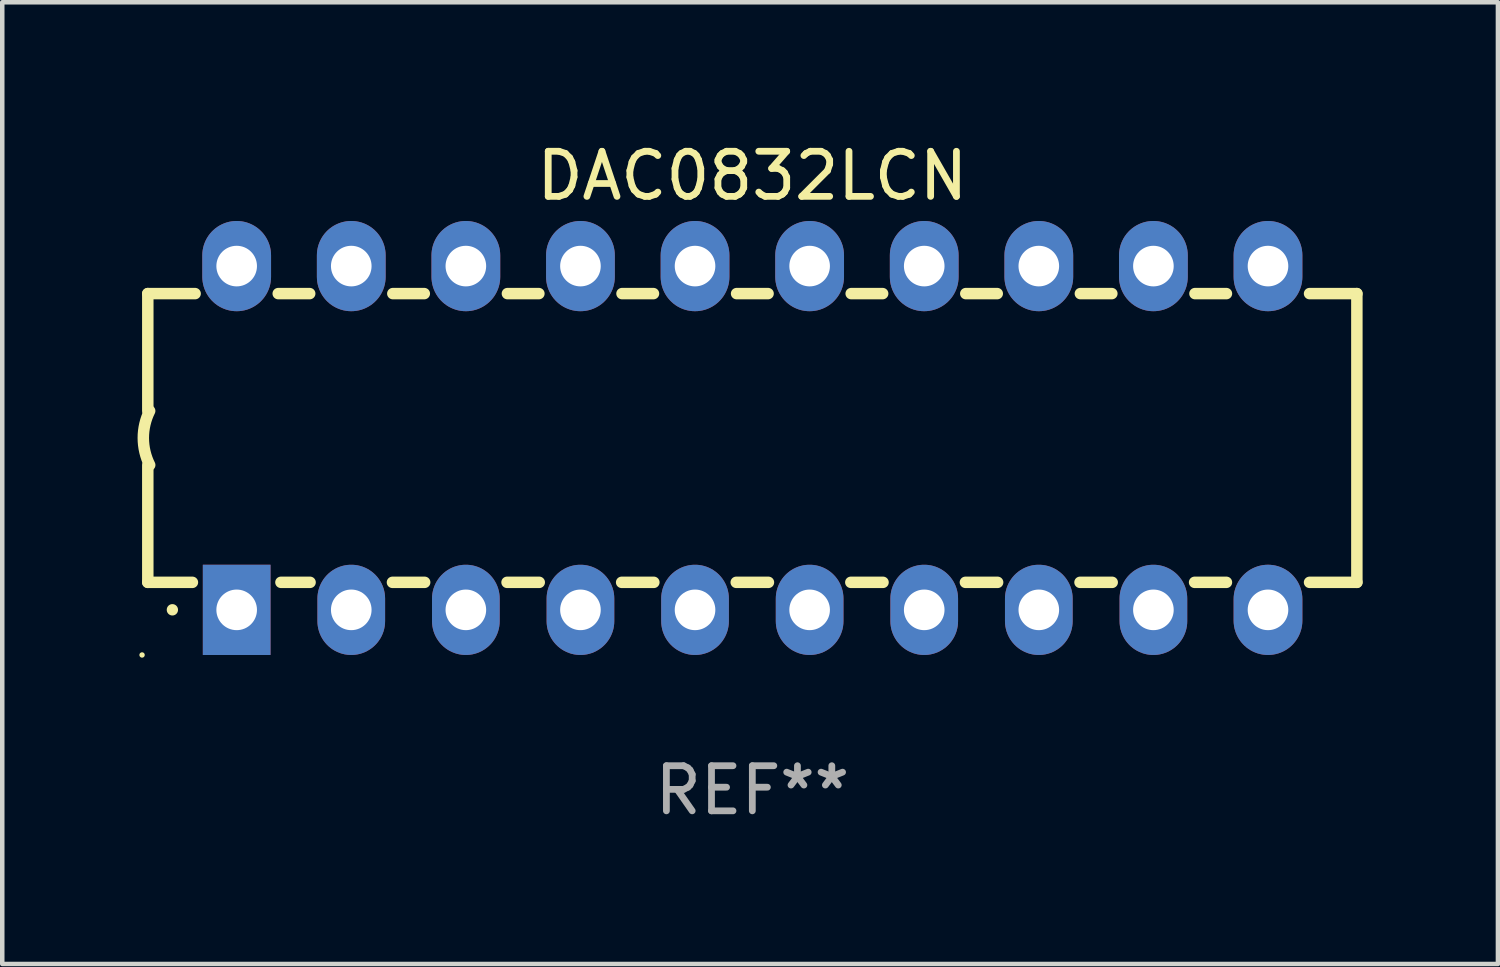
<source format=kicad_pcb>
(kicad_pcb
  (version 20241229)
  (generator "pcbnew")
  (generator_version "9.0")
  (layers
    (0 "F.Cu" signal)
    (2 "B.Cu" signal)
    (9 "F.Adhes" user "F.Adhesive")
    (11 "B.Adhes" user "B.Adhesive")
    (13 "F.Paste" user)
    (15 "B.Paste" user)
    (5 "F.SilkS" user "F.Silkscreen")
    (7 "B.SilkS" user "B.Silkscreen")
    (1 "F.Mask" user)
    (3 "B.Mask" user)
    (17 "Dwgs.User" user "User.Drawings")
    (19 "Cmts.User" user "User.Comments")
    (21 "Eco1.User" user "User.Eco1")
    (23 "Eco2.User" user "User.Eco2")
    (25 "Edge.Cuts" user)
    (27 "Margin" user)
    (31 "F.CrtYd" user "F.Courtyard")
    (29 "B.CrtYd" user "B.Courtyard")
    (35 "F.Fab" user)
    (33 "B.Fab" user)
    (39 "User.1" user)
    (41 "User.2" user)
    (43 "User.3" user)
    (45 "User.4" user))
  (footprint "DAC0832LCN"
    (layer "F.Cu")
    (at 13.626 6.658)
    (property "Reference" "DAC0832LCN" (at 0 -5.81 0) (layer "F.SilkS") (effects (font (size 1 1) (thickness 0.15))))
    (attr through_hole)
    (fp_line (start -13.4 -3.2) (end -12.351 -3.2) (stroke (width 0.254) (type solid)) (layer "F.SilkS"))
    (fp_line (start -13.4 -0.6) (end -13.4 -3.2) (stroke (width 0.254) (type solid)) (layer "F.SilkS"))
    (fp_line (start -13.4 3.2) (end -13.4 0.6) (stroke (width 0.254) (type solid)) (layer "F.SilkS"))
    (fp_line (start -13.4 3.2) (end -12.411 3.2) (stroke (width 0.254) (type solid)) (layer "F.SilkS"))
    (fp_line (start -10.509 -3.2) (end -9.811 -3.2) (stroke (width 0.254) (type solid)) (layer "F.SilkS"))
    (fp_line (start -10.449 3.2) (end -9.803 3.2) (stroke (width 0.254) (type solid)) (layer "F.SilkS"))
    (fp_line (start -7.977 3.2) (end -7.263 3.2) (stroke (width 0.254) (type solid)) (layer "F.SilkS"))
    (fp_line (start -7.969 -3.2) (end -7.271 -3.2) (stroke (width 0.254) (type solid)) (layer "F.SilkS"))
    (fp_line (start -5.437 3.2) (end -4.723 3.2) (stroke (width 0.254) (type solid)) (layer "F.SilkS"))
    (fp_line (start -5.429 -3.2) (end -4.731 -3.2) (stroke (width 0.254) (type solid)) (layer "F.SilkS"))
    (fp_line (start -2.897 3.2) (end -2.183 3.2) (stroke (width 0.254) (type solid)) (layer "F.SilkS"))
    (fp_line (start -2.889 -3.2) (end -2.191 -3.2) (stroke (width 0.254) (type solid)) (layer "F.SilkS"))
    (fp_line (start -0.357 3.2) (end 0.357 3.2) (stroke (width 0.254) (type solid)) (layer "F.SilkS"))
    (fp_line (start -0.349 -3.2) (end 0.349 -3.2) (stroke (width 0.254) (type solid)) (layer "F.SilkS"))
    (fp_line (start 2.183 3.2) (end 2.897 3.2) (stroke (width 0.254) (type solid)) (layer "F.SilkS"))
    (fp_line (start 2.191 -3.2) (end 2.889 -3.2) (stroke (width 0.254) (type solid)) (layer "F.SilkS"))
    (fp_line (start 4.723 3.2) (end 5.437 3.2) (stroke (width 0.254) (type solid)) (layer "F.SilkS"))
    (fp_line (start 4.731 -3.2) (end 5.429 -3.2) (stroke (width 0.254) (type solid)) (layer "F.SilkS"))
    (fp_line (start 7.263 3.2) (end 7.977 3.2) (stroke (width 0.254) (type solid)) (layer "F.SilkS"))
    (fp_line (start 7.271 -3.2) (end 7.969 -3.2) (stroke (width 0.254) (type solid)) (layer "F.SilkS"))
    (fp_line (start 9.803 3.2) (end 10.509 3.2) (stroke (width 0.254) (type solid)) (layer "F.SilkS"))
    (fp_line (start 9.811 -3.2) (end 10.509 -3.2) (stroke (width 0.254) (type solid)) (layer "F.SilkS"))
    (fp_line (start 12.351 -3.2) (end 13.4 -3.2) (stroke (width 0.254) (type solid)) (layer "F.SilkS"))
    (fp_line (start 12.351 3.2) (end 13.4 3.2) (stroke (width 0.254) (type solid)) (layer "F.SilkS"))
    (fp_line (start 13.4 -3.2) (end 13.4 3.2) (stroke (width 0.254) (type solid)) (layer "F.SilkS"))
    (fp_arc (start -13.357557 0.599721) (mid -13.499295 0.000123) (end -13.358598 -0.599721) (stroke (width 0.254001) (type solid)) (layer "F.SilkS"))
    (fp_arc (start -12.854966 3.810008) (mid -12.854973 3.808738) (end -12.854966 3.807468) (stroke (width 0.25) (type solid)) (layer "F.SilkS"))
    (fp_circle (center -13.527 4.81) (end -13.497 4.81) (stroke (width 0.06) (type solid)) (fill no) (layer "F.SilkS"))
    (fp_text user "REF**" (at 0 7.81 0) (layer "F.Fab") (effects (font (size 1 1) (thickness 0.15))))
    (pad "1" thru_hole rect (at -11.43 3.81 90) (size 2 1.5) (drill 0.9) (layers "*.Cu" "*.Mask"))
    (pad "2" thru_hole oval (at -8.89 3.81 90) (size 2 1.5) (drill 0.9) (layers "*.Cu" "*.Mask"))
    (pad "3" thru_hole oval (at -6.35 3.81 90) (size 2 1.5) (drill 0.9) (layers "*.Cu" "*.Mask"))
    (pad "4" thru_hole oval (at -3.81 3.81 90) (size 2 1.5) (drill 0.9) (layers "*.Cu" "*.Mask"))
    (pad "5" thru_hole oval (at -1.27 3.81 90) (size 2 1.5) (drill 0.9) (layers "*.Cu" "*.Mask"))
    (pad "6" thru_hole oval (at 1.27 3.81 90) (size 2 1.5) (drill 0.9) (layers "*.Cu" "*.Mask"))
    (pad "7" thru_hole oval (at 3.81 3.81 90) (size 2 1.5) (drill 0.9) (layers "*.Cu" "*.Mask"))
    (pad "8" thru_hole oval (at 6.35 3.81 90) (size 2 1.5) (drill 0.9) (layers "*.Cu" "*.Mask"))
    (pad "9" thru_hole oval (at 8.89 3.81 90) (size 2 1.5) (drill 0.9) (layers "*.Cu" "*.Mask"))
    (pad "10" thru_hole oval (at 11.43 3.81 90) (size 2 1.524) (drill 0.9) (layers "*.Cu" "*.Mask"))
    (pad "11" thru_hole oval (at 11.43 -3.81 90) (size 2 1.524) (drill 0.9) (layers "*.Cu" "*.Mask"))
    (pad "12" thru_hole oval (at 8.89 -3.81 90) (size 2 1.524) (drill 0.9) (layers "*.Cu" "*.Mask"))
    (pad "13" thru_hole oval (at 6.35 -3.81 90) (size 2 1.524) (drill 0.9) (layers "*.Cu" "*.Mask"))
    (pad "14" thru_hole oval (at 3.81 -3.81 90) (size 2 1.524) (drill 0.9) (layers "*.Cu" "*.Mask"))
    (pad "15" thru_hole oval (at 1.27 -3.81 90) (size 2 1.524) (drill 0.9) (layers "*.Cu" "*.Mask"))
    (pad "16" thru_hole oval (at -1.27 -3.81 90) (size 2 1.524) (drill 0.9) (layers "*.Cu" "*.Mask"))
    (pad "17" thru_hole oval (at -3.81 -3.81 90) (size 2 1.524) (drill 0.9) (layers "*.Cu" "*.Mask"))
    (pad "18" thru_hole oval (at -6.35 -3.81 90) (size 2 1.524) (drill 0.9) (layers "*.Cu" "*.Mask"))
    (pad "19" thru_hole oval (at -8.89 -3.81 90) (size 2 1.524) (drill 0.9) (layers "*.Cu" "*.Mask"))
    (pad "20" thru_hole oval (at -11.43 -3.81 90) (size 2 1.524) (drill 0.9) (layers "*.Cu" "*.Mask")))
  (gr_rect
    (start -3 -3)
    (end 30.153 18.317)
    (stroke (width 0.1) (type default))
    (fill no)
    (layer "Edge.Cuts")))
</source>
